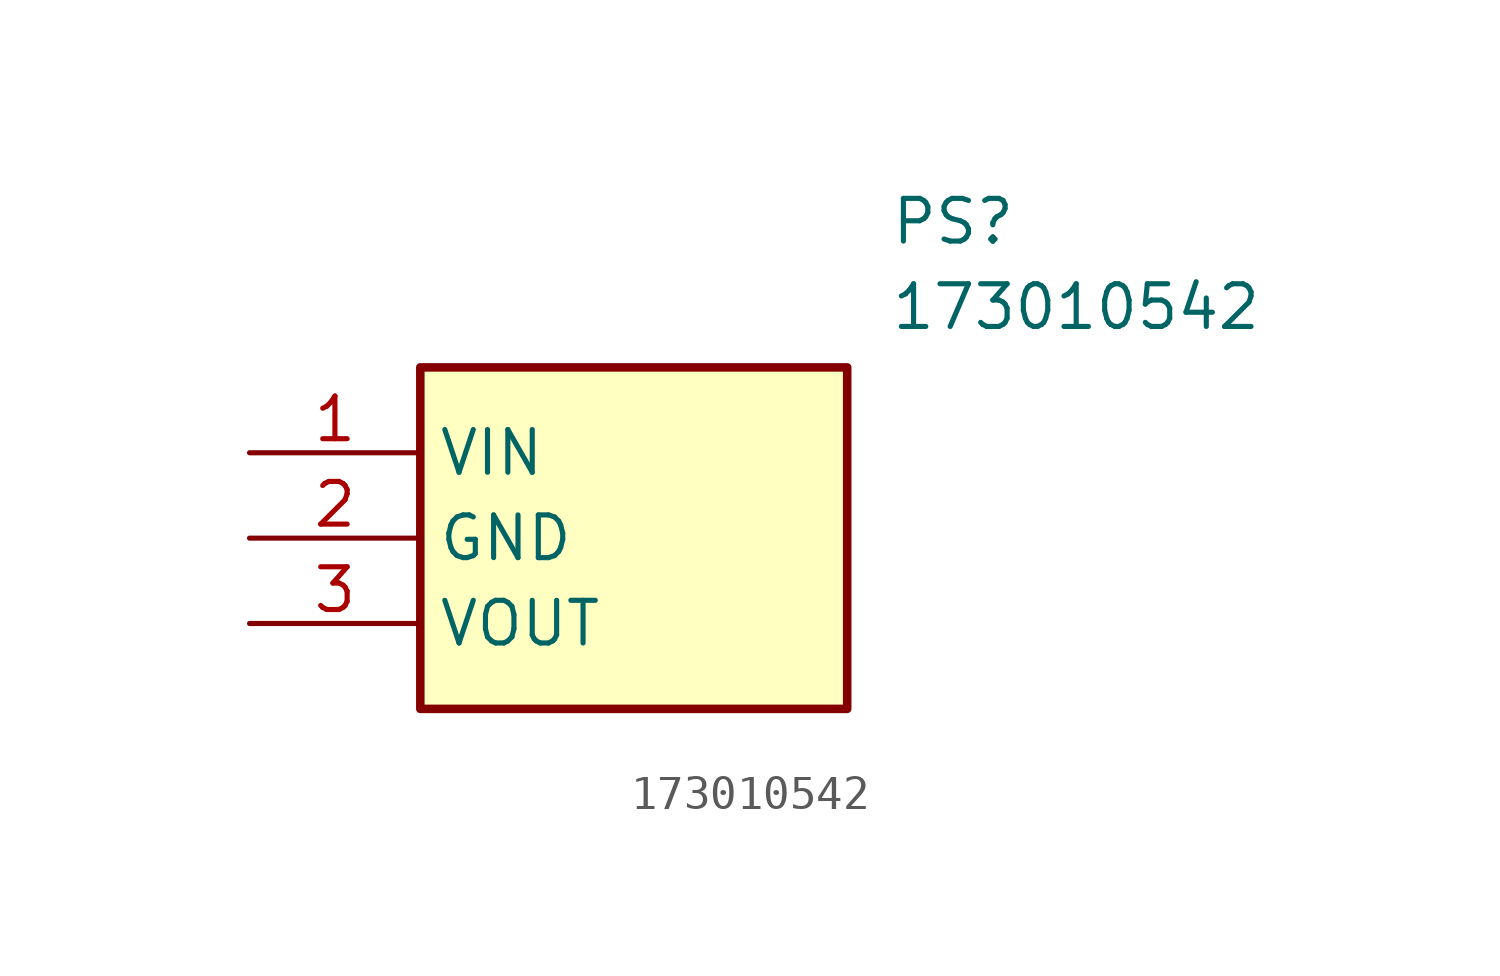
<source format=kicad_sym>
(kicad_symbol_lib
  (version 20211014)
  (generator SamacSys_ECAD_Model)
  (symbol "173010542"
    (property "Reference" "PS"
      (at 19.05 7.62 0)
      (effects (font (size 1.27 1.27)) (justify left top)))
    (property "Value" "173010542"
      (at 19.05 5.08 0)
      (effects (font (size 1.27 1.27)) (justify left top)))
    (rectangle
      (start 5.08 2.54)
      (end 17.78 -7.62)
      (stroke (width 0.254) (type default))
      (fill (type background)))
    (pin passive line
      (at 0 0 0)
      (length 5.08)
      (name "VIN" (effects (font (size 1.27 1.27))))
      (number "1" (effects (font (size 1.27 1.27)))))
    (pin passive line
      (at 0 -2.54 0)
      (length 5.08)
      (name "GND" (effects (font (size 1.27 1.27))))
      (number "2" (effects (font (size 1.27 1.27)))))
    (pin passive line
      (at 0 -5.08 0)
      (length 5.08)
      (name "VOUT" (effects (font (size 1.27 1.27))))
      (number "3" (effects (font (size 1.27 1.27)))))))
</source>
